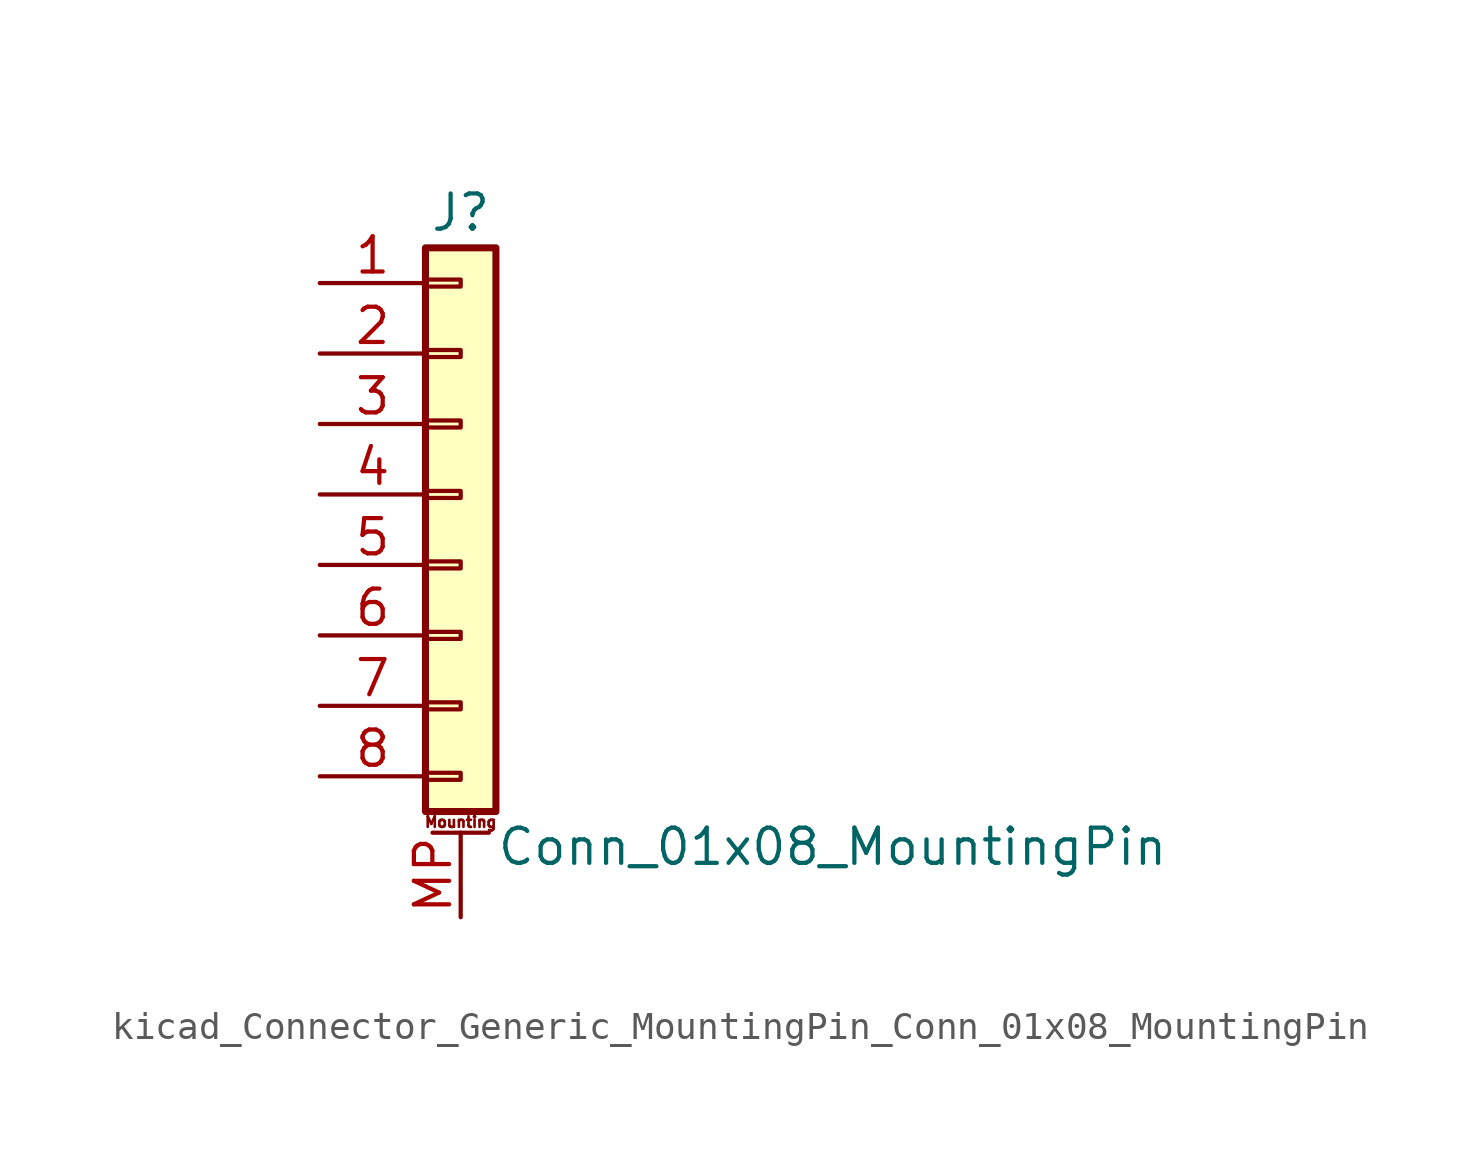
<source format=kicad_sym>
(kicad_symbol_lib
  (version 20220914)
  (generator kicad_symbol_editor)
  (symbol "kicad_Connector_Generic_MountingPin_Conn_01x08_MountingPin"
    (pin_names
      (offset 1.016) hide)
    (property "Reference" "J"
      (at 0 10.16 0)
      (effects (font (size 1.27 1.27))))
    (property "Value" "Conn_01x08_MountingPin"
      (at 1.27 -12.7 0)
      (effects (font (size 1.27 1.27)) (justify left)))
    (symbol "kicad_Connector_Generic_MountingPin_Conn_01x08_MountingPin_1_1"
      (rectangle (start -1.27 -10.033) (end 0 -10.287) (stroke (width 0.152) (type default)) (fill (type none)))
      (rectangle (start -1.27 -7.493) (end 0 -7.747) (stroke (width 0.152) (type default)) (fill (type none)))
      (rectangle (start -1.27 -4.953) (end 0 -5.207) (stroke (width 0.152) (type default)) (fill (type none)))
      (rectangle (start -1.27 -2.413) (end 0 -2.667) (stroke (width 0.152) (type default)) (fill (type none)))
      (rectangle (start -1.27 0.127) (end 0 -0.127) (stroke (width 0.152) (type default)) (fill (type none)))
      (rectangle (start -1.27 2.667) (end 0 2.413) (stroke (width 0.152) (type default)) (fill (type none)))
      (rectangle (start -1.27 5.207) (end 0 4.953) (stroke (width 0.152) (type default)) (fill (type none)))
      (rectangle (start -1.27 7.747) (end 0 7.493) (stroke (width 0.152) (type default)) (fill (type none)))
      (rectangle (start -1.27 8.89) (end 1.27 -11.43) (stroke (width 0.254) (type default)) (fill (type background)))
      (polyline (pts (xy -1.016 -12.192) (xy 1.016 -12.192)) (stroke (width 0.152) (type default)) (fill (type none)))
      (text "Mounting" (at 0 -11.811 0) (effects (font (size 0.381 0.381))))
      (pin passive line (at -5.08 7.62 0) (length 3.81) (name "Pin_1" (effects (font (size 1.27 1.27)))) (number "1" (effects (font (size 1.27 1.27)))))
      (pin passive line (at -5.08 5.08 0) (length 3.81) (name "Pin_2" (effects (font (size 1.27 1.27)))) (number "2" (effects (font (size 1.27 1.27)))))
      (pin passive line (at -5.08 2.54 0) (length 3.81) (name "Pin_3" (effects (font (size 1.27 1.27)))) (number "3" (effects (font (size 1.27 1.27)))))
      (pin passive line (at -5.08 0 0) (length 3.81) (name "Pin_4" (effects (font (size 1.27 1.27)))) (number "4" (effects (font (size 1.27 1.27)))))
      (pin passive line (at -5.08 -2.54 0) (length 3.81) (name "Pin_5" (effects (font (size 1.27 1.27)))) (number "5" (effects (font (size 1.27 1.27)))))
      (pin passive line (at -5.08 -5.08 0) (length 3.81) (name "Pin_6" (effects (font (size 1.27 1.27)))) (number "6" (effects (font (size 1.27 1.27)))))
      (pin passive line (at -5.08 -7.62 0) (length 3.81) (name "Pin_7" (effects (font (size 1.27 1.27)))) (number "7" (effects (font (size 1.27 1.27)))))
      (pin passive line (at -5.08 -10.16 0) (length 3.81) (name "Pin_8" (effects (font (size 1.27 1.27)))) (number "8" (effects (font (size 1.27 1.27)))))
      (pin passive line (at 0 -15.24 90) (length 3.048) (name "MountPin" (effects (font (size 1.27 1.27)))) (number "MP" (effects (font (size 1.27 1.27))))))))
</source>
